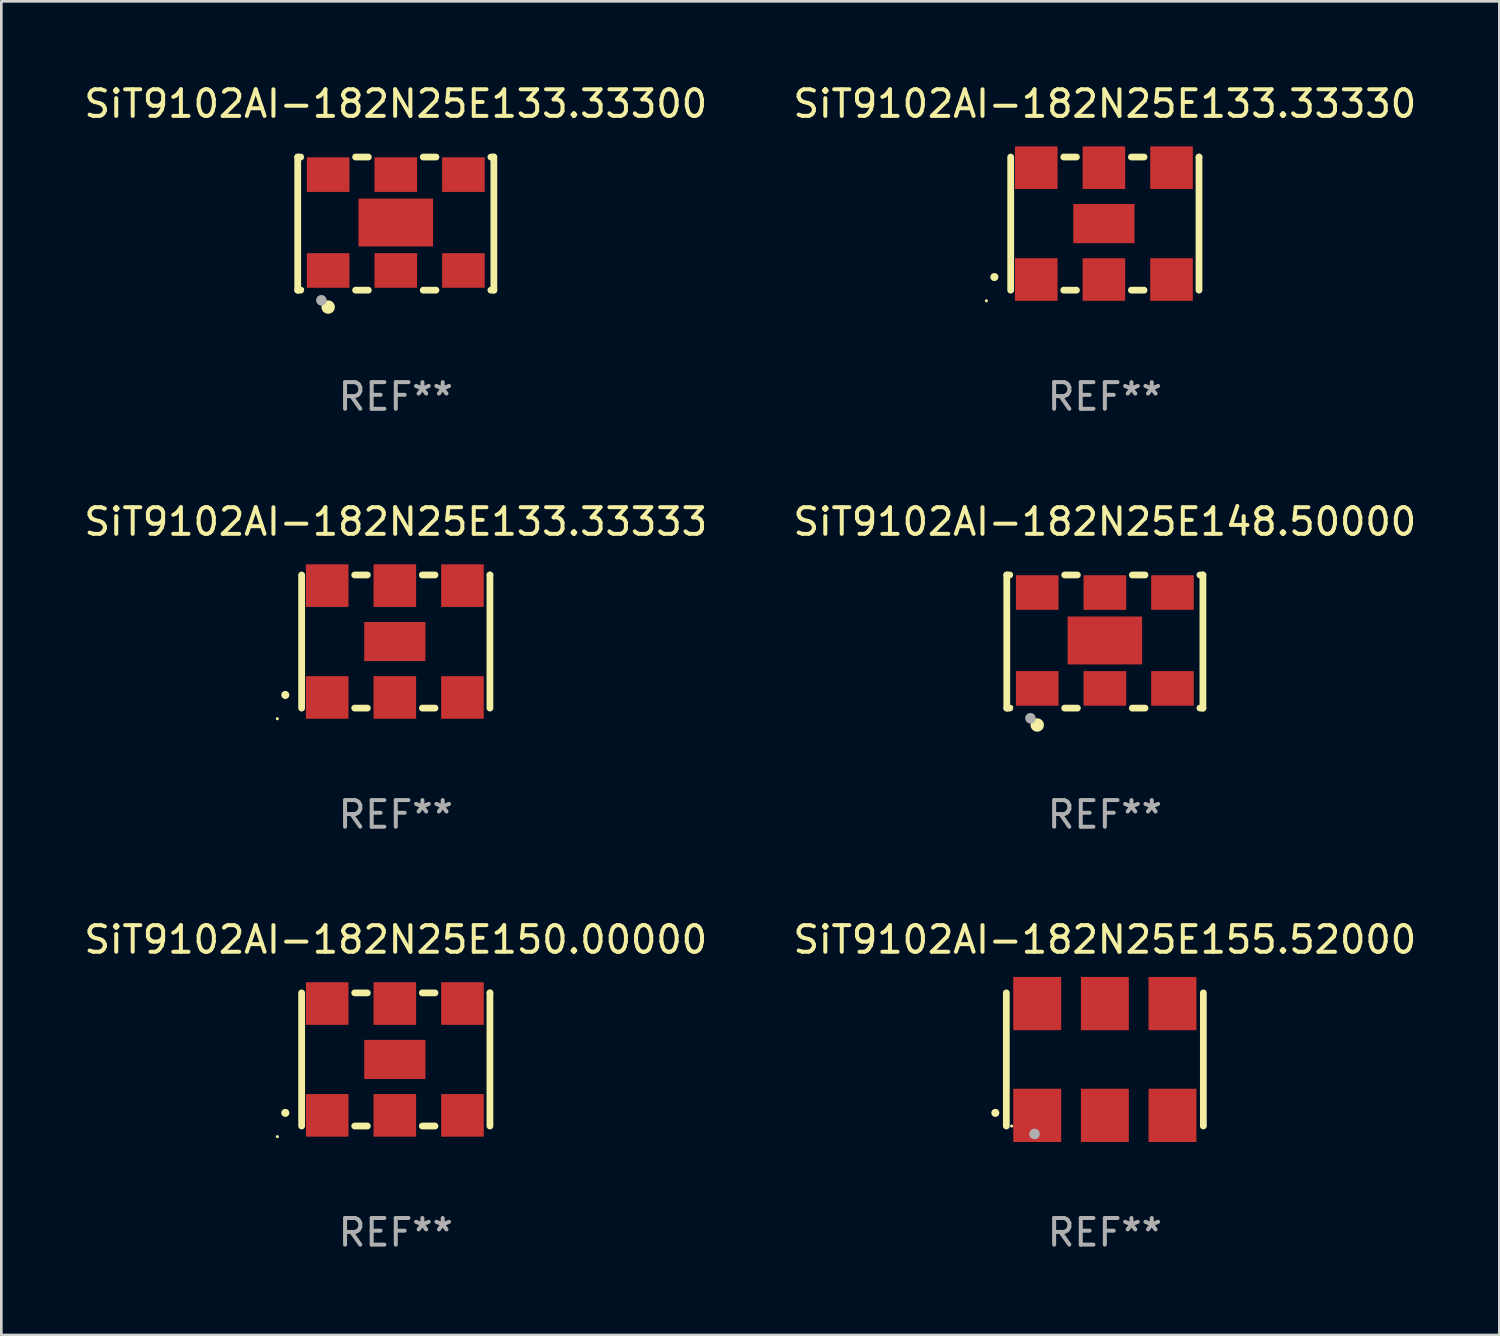
<source format=kicad_pcb>
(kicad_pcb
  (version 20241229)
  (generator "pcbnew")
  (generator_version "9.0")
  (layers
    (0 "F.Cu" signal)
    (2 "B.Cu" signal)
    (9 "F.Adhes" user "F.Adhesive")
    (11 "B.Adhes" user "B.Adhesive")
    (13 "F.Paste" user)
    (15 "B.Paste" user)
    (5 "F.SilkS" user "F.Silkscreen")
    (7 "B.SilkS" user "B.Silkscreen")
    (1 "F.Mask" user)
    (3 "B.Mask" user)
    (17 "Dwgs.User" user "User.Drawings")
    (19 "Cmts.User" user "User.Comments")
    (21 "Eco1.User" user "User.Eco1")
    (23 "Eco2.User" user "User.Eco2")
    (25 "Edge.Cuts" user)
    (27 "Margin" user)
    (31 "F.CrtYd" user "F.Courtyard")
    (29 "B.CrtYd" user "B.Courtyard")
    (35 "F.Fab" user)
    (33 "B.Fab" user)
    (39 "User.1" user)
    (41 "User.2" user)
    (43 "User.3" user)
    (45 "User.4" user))
  (footprint "SiT9102AI-182N25E148.50000"
    (layer "F.Cu")
    (at 38.446 21.045)
    (property "Reference" "SiT9102AI-182N25E148.50000" (at 0 -4.5 0) (layer "F.SilkS") (effects (font (size 1 1) (thickness 0.15))))
    (attr through_hole)
    (fp_line (start -3.683 -2.5) (end -3.571 -2.5) (stroke (width 0.254) (type solid)) (layer "F.SilkS"))
    (fp_line (start -3.683 2.5) (end -3.683 -2.5) (stroke (width 0.254) (type solid)) (layer "F.SilkS"))
    (fp_line (start -3.683 2.5) (end -3.571 2.5) (stroke (width 0.254) (type solid)) (layer "F.SilkS"))
    (fp_line (start -1.509 -2.5) (end -1.031 -2.5) (stroke (width 0.254) (type solid)) (layer "F.SilkS"))
    (fp_line (start -1.509 2.5) (end -1.031 2.5) (stroke (width 0.254) (type solid)) (layer "F.SilkS"))
    (fp_line (start 1.031 -2.5) (end 1.509 -2.5) (stroke (width 0.254) (type solid)) (layer "F.SilkS"))
    (fp_line (start 1.031 2.5) (end 1.509 2.5) (stroke (width 0.254) (type solid)) (layer "F.SilkS"))
    (fp_line (start 3.571 -2.5) (end 3.683 -2.5) (stroke (width 0.254) (type solid)) (layer "F.SilkS"))
    (fp_line (start 3.571 2.5) (end 3.683 2.5) (stroke (width 0.254) (type solid)) (layer "F.SilkS"))
    (fp_line (start 3.683 2.5) (end 3.683 -2.5) (stroke (width 0.254) (type solid)) (layer "F.SilkS"))
    (fp_circle (center -3.5 2.46) (end -3.47 2.46) (stroke (width 0.06) (type solid)) (fill no) (layer "F.SilkS"))
    (fp_circle (center -2.54 3.135) (end -2.413 3.135) (stroke (width 0.254) (type solid)) (fill no) (layer "F.SilkS"))
    (fp_circle (center -2.794 2.881) (end -2.694 2.881) (stroke (width 0.2) (type solid)) (fill no) (layer "F.Fab"))
    (fp_text user "REF**" (at 0 6.5 0) (layer "F.Fab") (effects (font (size 1 1) (thickness 0.15))))
    (pad "1" smd rect (at -2.54 1.76) (size 1.6 1.3) (layers "F.Cu" "F.Mask" "F.Paste"))
    (pad "2" smd rect (at 0 1.76) (size 1.6 1.3) (layers "F.Cu" "F.Mask" "F.Paste"))
    (pad "3" smd rect (at 2.54 1.76) (size 1.6 1.3) (layers "F.Cu" "F.Mask" "F.Paste"))
    (pad "4" smd rect (at 2.54 -1.84) (size 1.6 1.3) (layers "F.Cu" "F.Mask" "F.Paste"))
    (pad "5" smd rect (at 0 -1.84) (size 1.6 1.3) (layers "F.Cu" "F.Mask" "F.Paste"))
    (pad "6" smd rect (at -2.54 -1.84) (size 1.6 1.3) (layers "F.Cu" "F.Mask" "F.Paste"))
    (pad "7" smd rect (at 0 -0.04) (size 2.8 1.8) (layers "F.Cu" "F.Mask" "F.Paste")))
  (footprint "SiT9102AI-182N25E150.00000"
    (layer "F.Cu")
    (at 11.815 36.741)
    (property "Reference" "SiT9102AI-182N25E150.00000" (at 0 -4.5 0) (layer "F.SilkS") (effects (font (size 1 1) (thickness 0.15))))
    (attr through_hole)
    (fp_line (start -3.536 -2.5) (end -3.536 2.5) (stroke (width 0.254) (type solid)) (layer "F.SilkS"))
    (fp_line (start -1.544 2.5) (end -1.067 2.5) (stroke (width 0.254) (type solid)) (layer "F.SilkS"))
    (fp_line (start -1.067 -2.5) (end -1.544 -2.5) (stroke (width 0.254) (type solid)) (layer "F.SilkS"))
    (fp_line (start 0.996 2.5) (end 1.473 2.5) (stroke (width 0.254) (type solid)) (layer "F.SilkS"))
    (fp_line (start 1.473 -2.5) (end 0.996 -2.5) (stroke (width 0.254) (type solid)) (layer "F.SilkS"))
    (fp_line (start 3.536 -2.5) (end 3.536 -2.5) (stroke (width 0.254) (type solid)) (layer "F.SilkS"))
    (fp_line (start 3.536 2.5) (end 3.536 -2.5) (stroke (width 0.254) (type solid)) (layer "F.SilkS"))
    (fp_arc (start -4.150432 2.006604) (mid -4.149162 2.006599) (end -4.147892 2.006604) (stroke (width 0.3) (type solid)) (layer "F.SilkS"))
    (fp_circle (center -4.449 2.9) (end -4.419 2.9) (stroke (width 0.06) (type solid)) (fill no) (layer "F.SilkS"))
    (fp_text user "REF**" (at 0 6.5 0) (layer "F.Fab") (effects (font (size 1 1) (thickness 0.15))))
    (pad "1" smd rect (at -2.576 2.1) (size 1.6 1.6) (layers "F.Cu" "F.Mask" "F.Paste"))
    (pad "2" smd rect (at -0.036 2.1) (size 1.6 1.6) (layers "F.Cu" "F.Mask" "F.Paste"))
    (pad "3" smd rect (at 2.504 2.1) (size 1.6 1.6) (layers "F.Cu" "F.Mask" "F.Paste"))
    (pad "4" smd rect (at 2.504 -2.1) (size 1.6 1.6) (layers "F.Cu" "F.Mask" "F.Paste"))
    (pad "5" smd rect (at -0.036 -2.1) (size 1.6 1.6) (layers "F.Cu" "F.Mask" "F.Paste"))
    (pad "6" smd rect (at -2.576 -2.1) (size 1.6 1.6) (layers "F.Cu" "F.Mask" "F.Paste"))
    (pad "7" smd rect (at -0.036 0) (size 2.3 1.47) (layers "F.Cu" "F.Mask" "F.Paste")))
  (footprint "SiT9102AI-182N25E155.52000"
    (layer "F.Cu")
    (at 38.446 36.741)
    (property "Reference" "SiT9102AI-182N25E155.52000" (at 0 -4.5 0) (layer "F.SilkS") (effects (font (size 1 1) (thickness 0.15))))
    (attr through_hole)
    (fp_line (start -3.7 -2.5) (end -3.7 2.5) (stroke (width 0.254) (type solid)) (layer "F.SilkS"))
    (fp_line (start 3.7 -2.5) (end 3.7 2.5) (stroke (width 0.254) (type solid)) (layer "F.SilkS"))
    (fp_arc (start -4.114415 2.006604) (mid -4.113145 2.006599) (end -4.111875 2.006604) (stroke (width 0.3) (type solid)) (layer "F.SilkS"))
    (fp_circle (center -3.5 2.501) (end -3.47 2.501) (stroke (width 0.06) (type solid)) (fill no) (layer "F.SilkS"))
    (fp_circle (center -2.641 2.799) (end -2.541 2.799) (stroke (width 0.2) (type solid)) (fill no) (layer "F.Fab"))
    (fp_text user "REF**" (at 0 6.5 0) (layer "F.Fab") (effects (font (size 1 1) (thickness 0.15))))
    (pad "1" smd rect (at -2.54 2.1) (size 1.8 2) (layers "F.Cu" "F.Mask" "F.Paste"))
    (pad "2" smd rect (at 0.000394 2.1) (size 1.8 2) (layers "F.Cu" "F.Mask" "F.Paste"))
    (pad "3" smd rect (at 2.54 2.1) (size 1.8 2) (layers "F.Cu" "F.Mask" "F.Paste"))
    (pad "4" smd rect (at 2.54 -2.1) (size 1.8 2) (layers "F.Cu" "F.Mask" "F.Paste"))
    (pad "5" smd rect (at 0.000394 -2.1) (size 1.8 2) (layers "F.Cu" "F.Mask" "F.Paste"))
    (pad "6" smd rect (at -2.54 -2.1) (size 1.8 2) (layers "F.Cu" "F.Mask" "F.Paste")))
  (footprint "SiT9102AI-182N25E133.33333"
    (layer "F.Cu")
    (at 11.815 21.045)
    (property "Reference" "SiT9102AI-182N25E133.33333" (at 0 -4.5 0) (layer "F.SilkS") (effects (font (size 1 1) (thickness 0.15))))
    (attr through_hole)
    (fp_line (start -3.536 -2.5) (end -3.536 2.5) (stroke (width 0.254) (type solid)) (layer "F.SilkS"))
    (fp_line (start -1.544 2.5) (end -1.067 2.5) (stroke (width 0.254) (type solid)) (layer "F.SilkS"))
    (fp_line (start -1.067 -2.5) (end -1.544 -2.5) (stroke (width 0.254) (type solid)) (layer "F.SilkS"))
    (fp_line (start 0.996 2.5) (end 1.473 2.5) (stroke (width 0.254) (type solid)) (layer "F.SilkS"))
    (fp_line (start 1.473 -2.5) (end 0.996 -2.5) (stroke (width 0.254) (type solid)) (layer "F.SilkS"))
    (fp_line (start 3.536 -2.5) (end 3.536 -2.5) (stroke (width 0.254) (type solid)) (layer "F.SilkS"))
    (fp_line (start 3.536 2.5) (end 3.536 -2.5) (stroke (width 0.254) (type solid)) (layer "F.SilkS"))
    (fp_arc (start -4.150432 2.006604) (mid -4.149162 2.006599) (end -4.147892 2.006604) (stroke (width 0.3) (type solid)) (layer "F.SilkS"))
    (fp_circle (center -4.449 2.9) (end -4.419 2.9) (stroke (width 0.06) (type solid)) (fill no) (layer "F.SilkS"))
    (fp_text user "REF**" (at 0 6.5 0) (layer "F.Fab") (effects (font (size 1 1) (thickness 0.15))))
    (pad "1" smd rect (at -2.576 2.1) (size 1.6 1.6) (layers "F.Cu" "F.Mask" "F.Paste"))
    (pad "2" smd rect (at -0.036 2.1) (size 1.6 1.6) (layers "F.Cu" "F.Mask" "F.Paste"))
    (pad "3" smd rect (at 2.504 2.1) (size 1.6 1.6) (layers "F.Cu" "F.Mask" "F.Paste"))
    (pad "4" smd rect (at 2.504 -2.1) (size 1.6 1.6) (layers "F.Cu" "F.Mask" "F.Paste"))
    (pad "5" smd rect (at -0.036 -2.1) (size 1.6 1.6) (layers "F.Cu" "F.Mask" "F.Paste"))
    (pad "6" smd rect (at -2.576 -2.1) (size 1.6 1.6) (layers "F.Cu" "F.Mask" "F.Paste"))
    (pad "7" smd rect (at -0.036 0) (size 2.3 1.47) (layers "F.Cu" "F.Mask" "F.Paste")))
  (footprint "SiT9102AI-182N25E133.33300"
    (layer "F.Cu")
    (at 11.815 5.348)
    (property "Reference" "SiT9102AI-182N25E133.33300" (at 0 -4.5 0) (layer "F.SilkS") (effects (font (size 1 1) (thickness 0.15))))
    (attr through_hole)
    (fp_line (start -3.683 -2.5) (end -3.571 -2.5) (stroke (width 0.254) (type solid)) (layer "F.SilkS"))
    (fp_line (start -3.683 2.5) (end -3.683 -2.5) (stroke (width 0.254) (type solid)) (layer "F.SilkS"))
    (fp_line (start -3.683 2.5) (end -3.571 2.5) (stroke (width 0.254) (type solid)) (layer "F.SilkS"))
    (fp_line (start -1.509 -2.5) (end -1.031 -2.5) (stroke (width 0.254) (type solid)) (layer "F.SilkS"))
    (fp_line (start -1.509 2.5) (end -1.031 2.5) (stroke (width 0.254) (type solid)) (layer "F.SilkS"))
    (fp_line (start 1.031 -2.5) (end 1.509 -2.5) (stroke (width 0.254) (type solid)) (layer "F.SilkS"))
    (fp_line (start 1.031 2.5) (end 1.509 2.5) (stroke (width 0.254) (type solid)) (layer "F.SilkS"))
    (fp_line (start 3.571 -2.5) (end 3.683 -2.5) (stroke (width 0.254) (type solid)) (layer "F.SilkS"))
    (fp_line (start 3.571 2.5) (end 3.683 2.5) (stroke (width 0.254) (type solid)) (layer "F.SilkS"))
    (fp_line (start 3.683 2.5) (end 3.683 -2.5) (stroke (width 0.254) (type solid)) (layer "F.SilkS"))
    (fp_circle (center -3.5 2.46) (end -3.47 2.46) (stroke (width 0.06) (type solid)) (fill no) (layer "F.SilkS"))
    (fp_circle (center -2.54 3.135) (end -2.413 3.135) (stroke (width 0.254) (type solid)) (fill no) (layer "F.SilkS"))
    (fp_circle (center -2.794 2.881) (end -2.694 2.881) (stroke (width 0.2) (type solid)) (fill no) (layer "F.Fab"))
    (fp_text user "REF**" (at 0 6.5 0) (layer "F.Fab") (effects (font (size 1 1) (thickness 0.15))))
    (pad "1" smd rect (at -2.54 1.76) (size 1.6 1.3) (layers "F.Cu" "F.Mask" "F.Paste"))
    (pad "2" smd rect (at 0 1.76) (size 1.6 1.3) (layers "F.Cu" "F.Mask" "F.Paste"))
    (pad "3" smd rect (at 2.54 1.76) (size 1.6 1.3) (layers "F.Cu" "F.Mask" "F.Paste"))
    (pad "4" smd rect (at 2.54 -1.84) (size 1.6 1.3) (layers "F.Cu" "F.Mask" "F.Paste"))
    (pad "5" smd rect (at 0 -1.84) (size 1.6 1.3) (layers "F.Cu" "F.Mask" "F.Paste"))
    (pad "6" smd rect (at -2.54 -1.84) (size 1.6 1.3) (layers "F.Cu" "F.Mask" "F.Paste"))
    (pad "7" smd rect (at 0 -0.04) (size 2.8 1.8) (layers "F.Cu" "F.Mask" "F.Paste")))
  (footprint "SiT9102AI-182N25E133.33330"
    (layer "F.Cu")
    (at 38.446 5.348)
    (property "Reference" "SiT9102AI-182N25E133.33330" (at 0 -4.5 0) (layer "F.SilkS") (effects (font (size 1 1) (thickness 0.15))))
    (attr through_hole)
    (fp_line (start -3.536 -2.5) (end -3.536 2.5) (stroke (width 0.254) (type solid)) (layer "F.SilkS"))
    (fp_line (start -1.544 2.5) (end -1.067 2.5) (stroke (width 0.254) (type solid)) (layer "F.SilkS"))
    (fp_line (start -1.067 -2.5) (end -1.544 -2.5) (stroke (width 0.254) (type solid)) (layer "F.SilkS"))
    (fp_line (start 0.996 2.5) (end 1.473 2.5) (stroke (width 0.254) (type solid)) (layer "F.SilkS"))
    (fp_line (start 1.473 -2.5) (end 0.996 -2.5) (stroke (width 0.254) (type solid)) (layer "F.SilkS"))
    (fp_line (start 3.536 -2.5) (end 3.536 -2.5) (stroke (width 0.254) (type solid)) (layer "F.SilkS"))
    (fp_line (start 3.536 2.5) (end 3.536 -2.5) (stroke (width 0.254) (type solid)) (layer "F.SilkS"))
    (fp_arc (start -4.150432 2.006604) (mid -4.149162 2.006599) (end -4.147892 2.006604) (stroke (width 0.3) (type solid)) (layer "F.SilkS"))
    (fp_circle (center -4.449 2.9) (end -4.419 2.9) (stroke (width 0.06) (type solid)) (fill no) (layer "F.SilkS"))
    (fp_text user "REF**" (at 0 6.5 0) (layer "F.Fab") (effects (font (size 1 1) (thickness 0.15))))
    (pad "1" smd rect (at -2.576 2.1) (size 1.6 1.6) (layers "F.Cu" "F.Mask" "F.Paste"))
    (pad "2" smd rect (at -0.036 2.1) (size 1.6 1.6) (layers "F.Cu" "F.Mask" "F.Paste"))
    (pad "3" smd rect (at 2.504 2.1) (size 1.6 1.6) (layers "F.Cu" "F.Mask" "F.Paste"))
    (pad "4" smd rect (at 2.504 -2.1) (size 1.6 1.6) (layers "F.Cu" "F.Mask" "F.Paste"))
    (pad "5" smd rect (at -0.036 -2.1) (size 1.6 1.6) (layers "F.Cu" "F.Mask" "F.Paste"))
    (pad "6" smd rect (at -2.576 -2.1) (size 1.6 1.6) (layers "F.Cu" "F.Mask" "F.Paste"))
    (pad "7" smd rect (at -0.036 0) (size 2.3 1.47) (layers "F.Cu" "F.Mask" "F.Paste")))
  (gr_rect
    (start -3 -3)
    (end 53.262 47.09)
    (stroke (width 0.1) (type default))
    (fill no)
    (layer "Edge.Cuts")))
</source>
